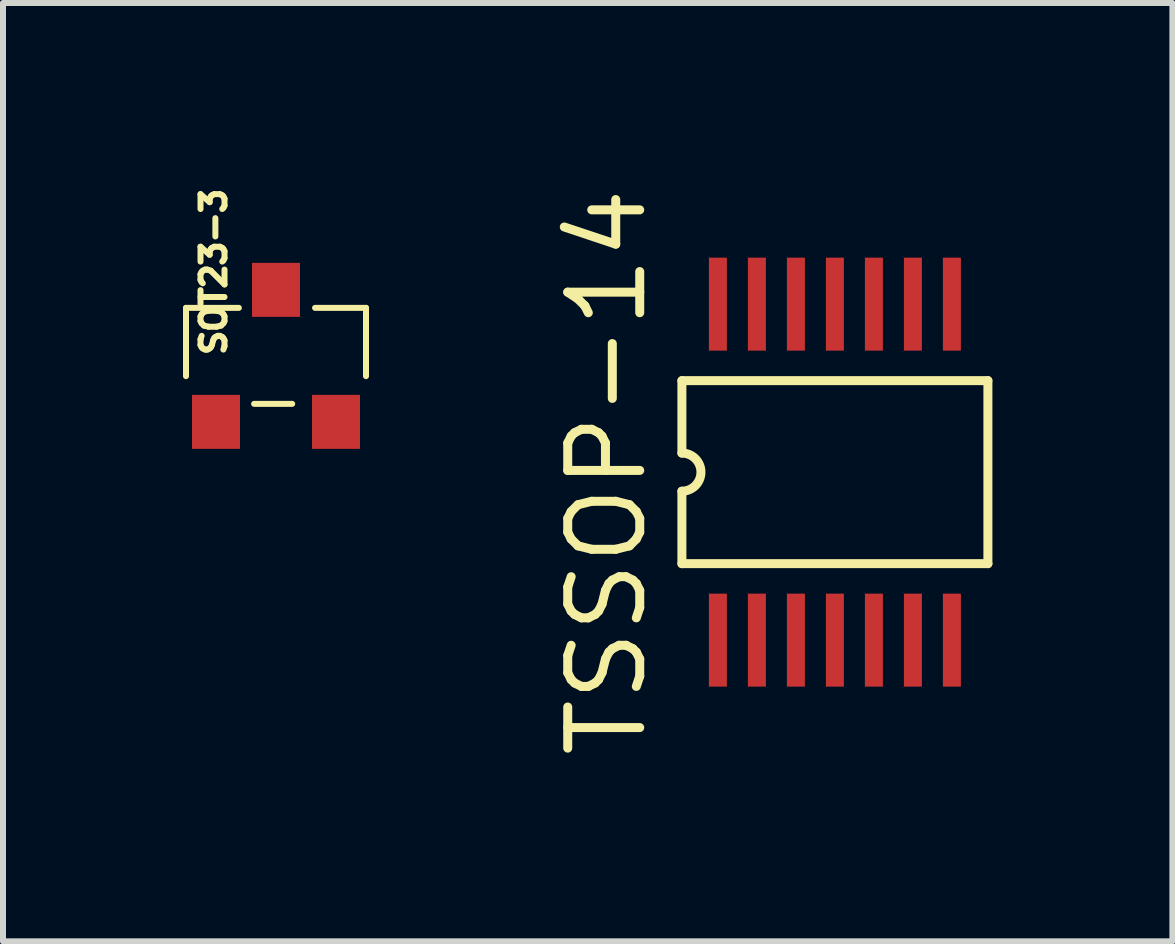
<source format=kicad_pcb>
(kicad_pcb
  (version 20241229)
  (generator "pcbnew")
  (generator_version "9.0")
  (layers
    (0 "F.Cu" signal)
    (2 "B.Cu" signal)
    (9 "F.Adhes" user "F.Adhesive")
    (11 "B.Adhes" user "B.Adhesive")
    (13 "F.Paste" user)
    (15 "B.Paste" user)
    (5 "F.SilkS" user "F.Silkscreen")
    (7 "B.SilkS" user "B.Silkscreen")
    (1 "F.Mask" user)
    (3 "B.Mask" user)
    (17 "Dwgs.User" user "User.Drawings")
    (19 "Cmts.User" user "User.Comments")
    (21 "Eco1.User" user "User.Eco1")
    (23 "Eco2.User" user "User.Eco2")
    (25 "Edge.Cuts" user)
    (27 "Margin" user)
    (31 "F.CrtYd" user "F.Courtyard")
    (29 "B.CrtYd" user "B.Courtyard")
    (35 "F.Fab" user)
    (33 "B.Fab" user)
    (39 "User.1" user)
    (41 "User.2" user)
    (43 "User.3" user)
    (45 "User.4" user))
  (footprint "TSSOP-14"
    (layer "F.Cu")
    (at 10.865 4.819)
    (property "Reference" "TSSOP-14" (at -3.8 0 90) (layer "F.SilkS") (effects (font (size 1.2 1.2) (thickness 0.15))))
    (attr through_hole)
    (fp_line (start -2.55 -0.318) (end -2.55 -1.524) (stroke (width 0.15) (type solid)) (layer "F.SilkS"))
    (fp_line (start -2.55 0.318) (end -2.55 1.525) (stroke (width 0.15) (type solid)) (layer "F.SilkS"))
    (fp_line (start -2.55 1.525) (end 2.55 1.525) (stroke (width 0.15) (type solid)) (layer "F.SilkS"))
    (fp_line (start 2.55 -1.525) (end -2.55 -1.525) (stroke (width 0.15) (type solid)) (layer "F.SilkS"))
    (fp_line (start 2.55 1.525) (end 2.55 -1.525) (stroke (width 0.15) (type solid)) (layer "F.SilkS"))
    (fp_arc (start -2.55 -0.3175) (mid -2.2325 0) (end -2.55 0.3175) (stroke (width 0.15) (type solid)) (layer "F.SilkS"))
    (pad "1" smd rect (at -1.95 2.8) (size 0.3 1.55) (layers "F.Cu" "F.Mask" "F.Paste"))
    (pad "2" smd rect (at -1.3 2.8) (size 0.3 1.55) (layers "F.Cu" "F.Mask" "F.Paste"))
    (pad "3" smd rect (at -0.65 2.8) (size 0.3 1.55) (layers "F.Cu" "F.Mask" "F.Paste"))
    (pad "4" smd rect (at 0 2.8) (size 0.3 1.55) (layers "F.Cu" "F.Mask" "F.Paste"))
    (pad "5" smd rect (at 0.65 2.8) (size 0.3 1.55) (layers "F.Cu" "F.Mask" "F.Paste"))
    (pad "6" smd rect (at 1.3 2.8) (size 0.3 1.55) (layers "F.Cu" "F.Mask" "F.Paste"))
    (pad "7" smd rect (at 1.95 2.8) (size 0.3 1.55) (layers "F.Cu" "F.Mask" "F.Paste"))
    (pad "8" smd rect (at 1.95 -2.8) (size 0.3 1.55) (layers "F.Cu" "F.Mask" "F.Paste"))
    (pad "9" smd rect (at 1.3 -2.8) (size 0.3 1.55) (layers "F.Cu" "F.Mask" "F.Paste"))
    (pad "10" smd rect (at 0.65 -2.8) (size 0.3 1.55) (layers "F.Cu" "F.Mask" "F.Paste"))
    (pad "11" smd rect (at 0 -2.8) (size 0.3 1.55) (layers "F.Cu" "F.Mask" "F.Paste"))
    (pad "12" smd rect (at -0.65 -2.8) (size 0.3 1.55) (layers "F.Cu" "F.Mask" "F.Paste"))
    (pad "13" smd rect (at -1.3 -2.8) (size 0.3 1.55) (layers "F.Cu" "F.Mask" "F.Paste"))
    (pad "14" smd rect (at -1.95 -2.8) (size 0.3 1.55) (layers "F.Cu" "F.Mask" "F.Paste")))
  (footprint "SOT23-3"
    (layer "F.Cu")
    (at 1.55 2.881)
    (property "Reference" "SOT23-3" (at -1.038 -1.4 270) (layer "F.SilkS") (effects (font (size 0.4 0.4) (thickness 0.1))))
    (attr through_hole)
    (fp_line (start -1.5 -0.8) (end -0.619 -0.8) (stroke (width 0.1) (type solid)) (layer "F.SilkS"))
    (fp_line (start -1.5 0.338) (end -1.5 -0.8) (stroke (width 0.1) (type solid)) (layer "F.SilkS"))
    (fp_line (start -0.365 0.8) (end 0.27 0.8) (stroke (width 0.1) (type solid)) (layer "F.SilkS"))
    (fp_line (start 0.651 -0.8) (end 1.5 -0.8) (stroke (width 0.1) (type solid)) (layer "F.SilkS"))
    (fp_line (start 1.5 0.338) (end 1.5 -0.8) (stroke (width 0.1) (type solid)) (layer "F.SilkS"))
    (pad "1" smd rect (at -1 1.1) (size 0.8 0.9) (layers "F.Cu" "F.Mask" "F.Paste"))
    (pad "2" smd rect (at 1 1.1) (size 0.8 0.9) (layers "F.Cu" "F.Mask" "F.Paste"))
    (pad "3" smd rect (at 0 -1.1) (size 0.8 0.9) (layers "F.Cu" "F.Mask" "F.Paste")))
  (gr_rect
    (start -3 -3)
    (end 16.49 12.639)
    (stroke (width 0.1) (type default))
    (fill no)
    (layer "Edge.Cuts")))
</source>
